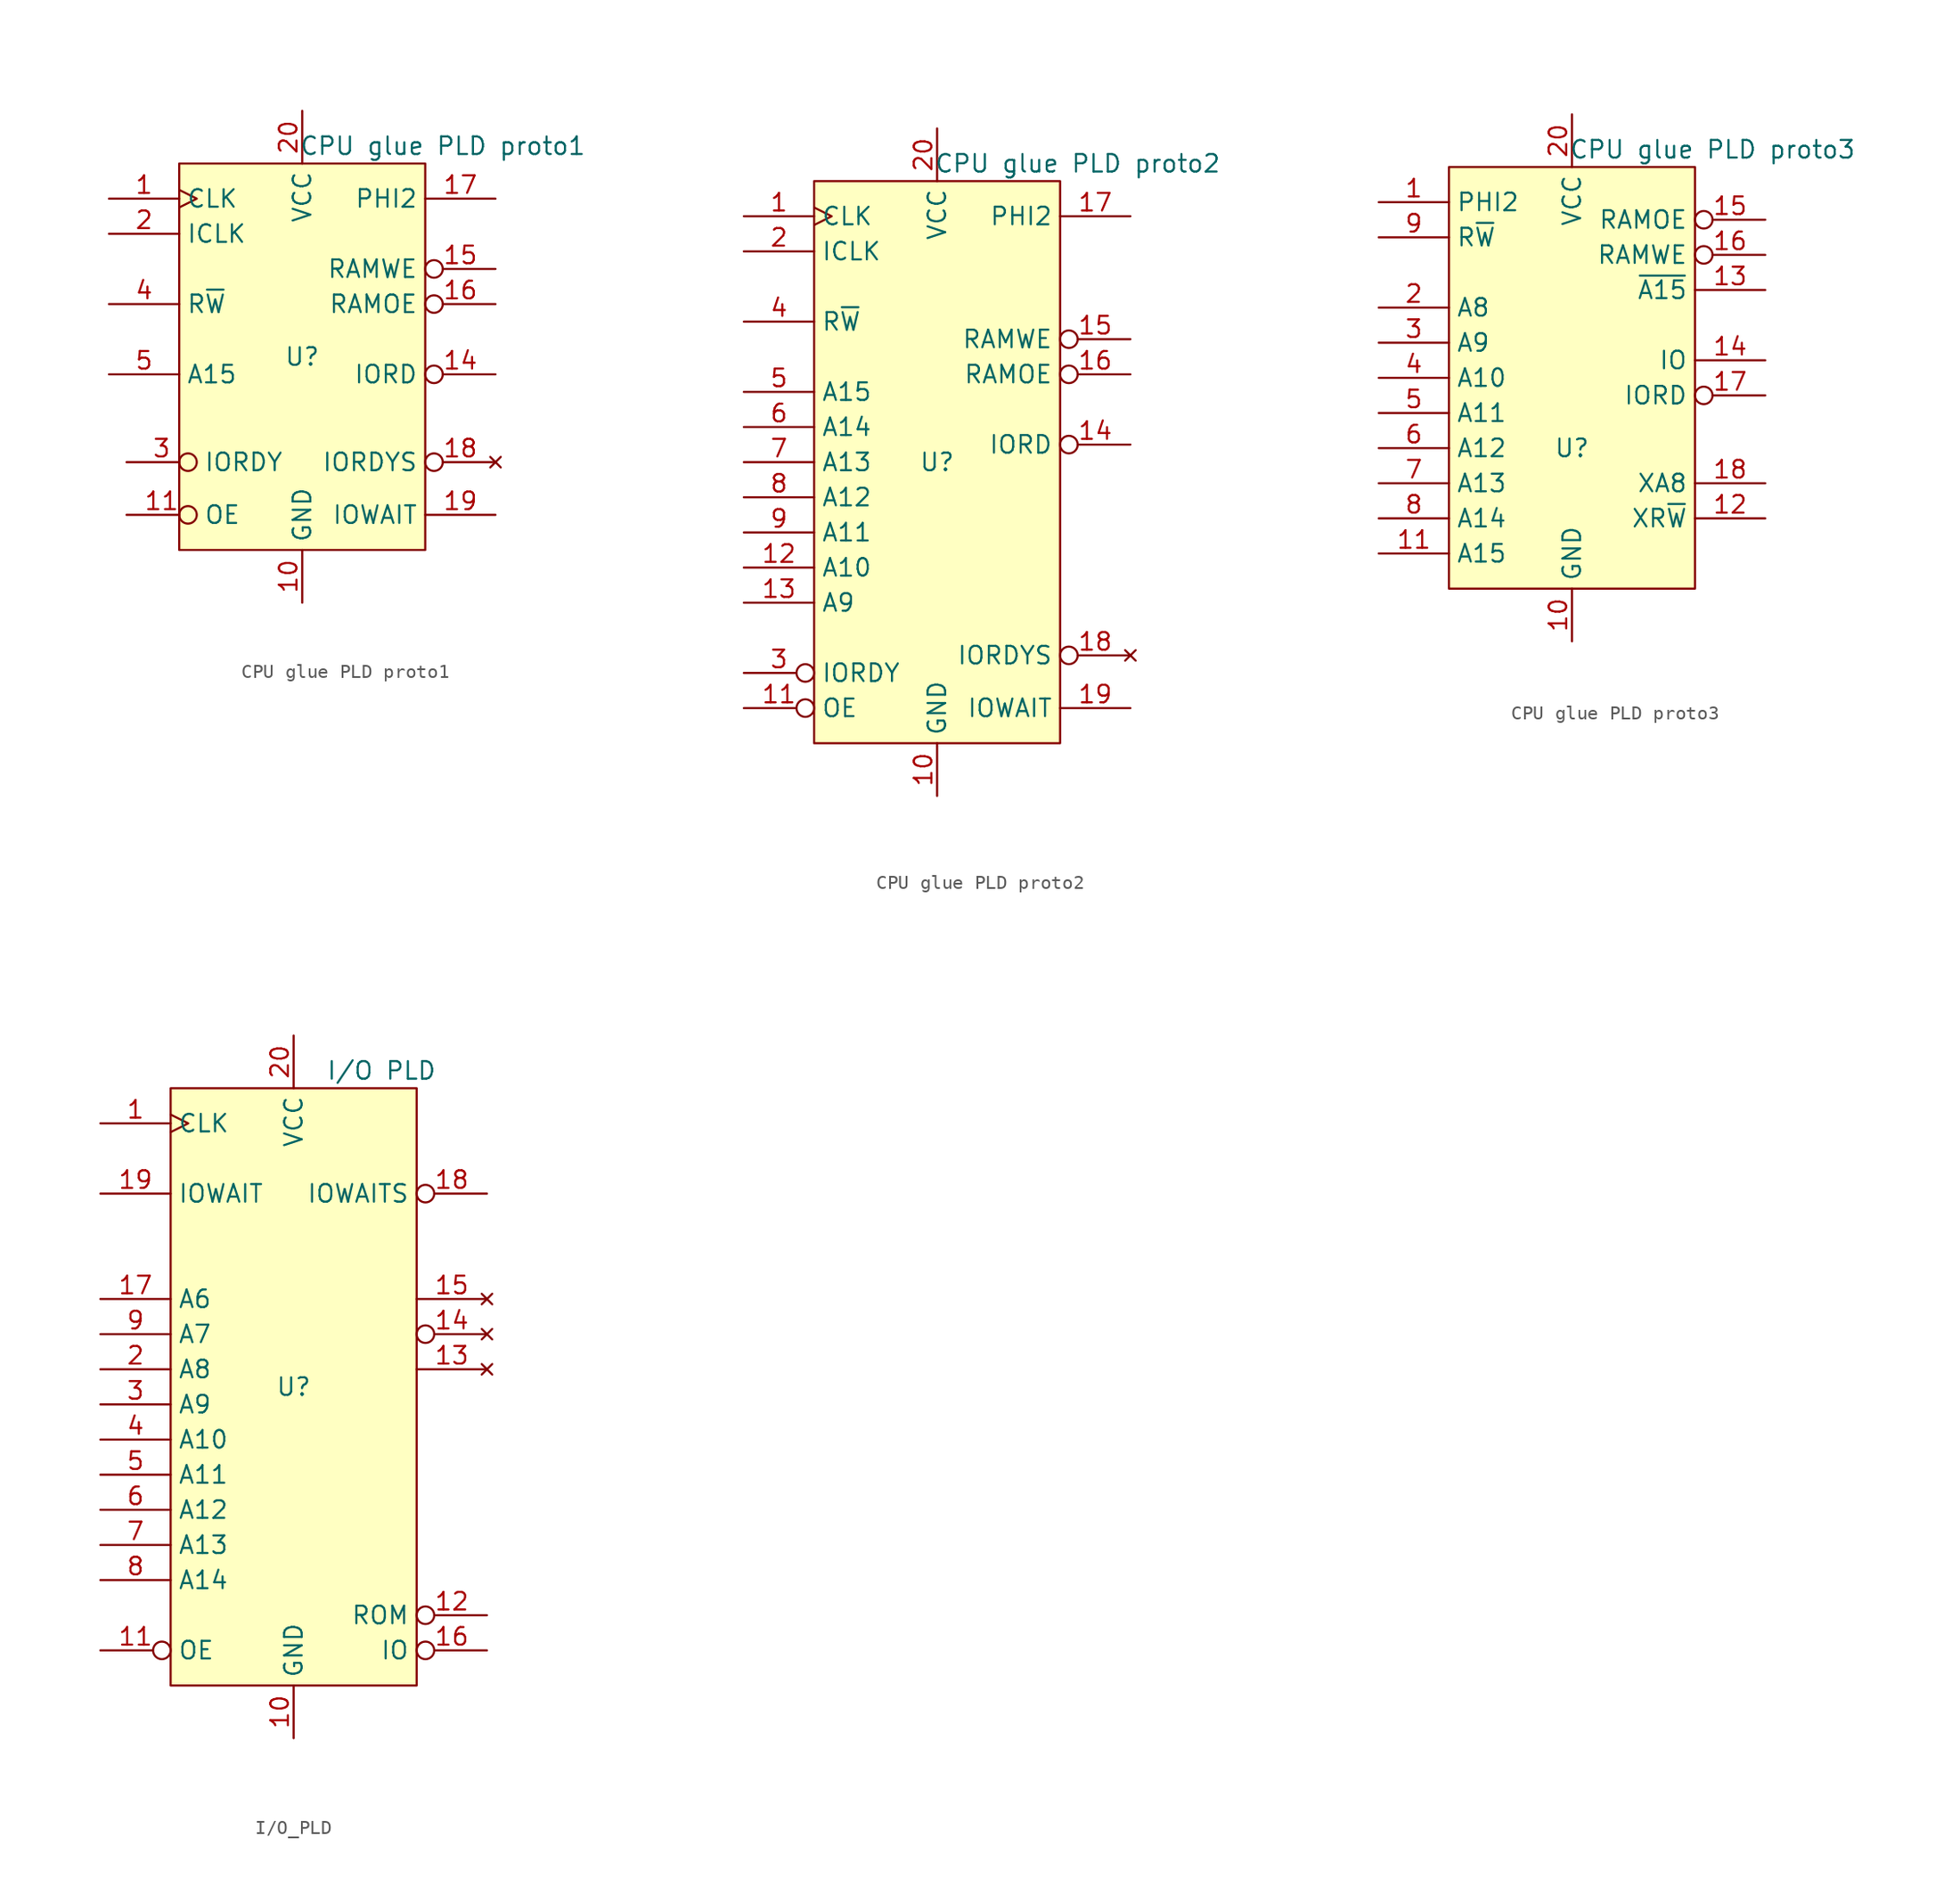
<source format=kicad_sym>
(kicad_symbol_lib
  (version 20220914)
  (generator kicad_symbol_editor)
  (symbol "CPU glue PLD proto1"
    (property "Reference" "U"
      (at 0 0 0)
      (effects (font (size 1.27 1.27))))
    (property "Value" "CPU glue PLD proto1"
      (at 10.16 15.24 0)
      (effects (font (size 1.27 1.27))))
    (symbol "CPU glue PLD proto1_0_1"
      (rectangle (start -8.89 13.97) (end 8.89 -13.97) (stroke (width 0) (type default)) (fill (type background))))
    (symbol "CPU glue PLD proto1_1_1"
      (pin input clock (at -13.97 11.43 0) (length 5.08) (name "CLK" (effects (font (size 1.27 1.27)))) (number "1" (effects (font (size 1.27 1.27)))))
      (pin power_in line (at 0 -17.78 90) (length 3.81) (name "GND" (effects (font (size 1.27 1.27)))) (number "10" (effects (font (size 1.27 1.27)))))
      (pin input inverted (at -12.7 -11.43 0) (length 5.08) (name "OE" (effects (font (size 1.27 1.27)))) (number "11" (effects (font (size 1.27 1.27)))))
      (pin output inverted (at 13.97 -1.27 180) (length 5.08) (name "IORD" (effects (font (size 1.27 1.27)))) (number "14" (effects (font (size 1.27 1.27)))))
      (pin output inverted (at 13.97 6.35 180) (length 5.08) (name "RAMWE" (effects (font (size 1.27 1.27)))) (number "15" (effects (font (size 1.27 1.27)))))
      (pin output inverted (at 13.97 3.81 180) (length 5.08) (name "RAMOE" (effects (font (size 1.27 1.27)))) (number "16" (effects (font (size 1.27 1.27)))))
      (pin output line (at 13.97 11.43 180) (length 5.08) (name "PHI2" (effects (font (size 1.27 1.27)))) (number "17" (effects (font (size 1.27 1.27)))))
      (pin no_connect inverted (at 13.97 -7.62 180) (length 5.08) (name "IORDYS" (effects (font (size 1.27 1.27)))) (number "18" (effects (font (size 1.27 1.27)))))
      (pin output line (at 13.97 -11.43 180) (length 5.08) (name "IOWAIT" (effects (font (size 1.27 1.27)))) (number "19" (effects (font (size 1.27 1.27)))))
      (pin input line (at -13.97 8.89 0) (length 5.08) (name "ICLK" (effects (font (size 1.27 1.27)))) (number "2" (effects (font (size 1.27 1.27)))))
      (pin power_in line (at 0 17.78 270) (length 3.81) (name "VCC" (effects (font (size 1.27 1.27)))) (number "20" (effects (font (size 1.27 1.27)))))
      (pin input inverted (at -12.7 -7.62 0) (length 5.08) (name "IORDY" (effects (font (size 1.27 1.27)))) (number "3" (effects (font (size 1.27 1.27)))))
      (pin input line (at -13.97 3.81 0) (length 5.08) (name "R~{W}" (effects (font (size 1.27 1.27)))) (number "4" (effects (font (size 1.27 1.27)))))
      (pin input line (at -13.97 -1.27 0) (length 5.08) (name "A15" (effects (font (size 1.27 1.27)))) (number "5" (effects (font (size 1.27 1.27)))))))
  (symbol "CPU glue PLD proto2"
    (property "Reference" "U"
      (at 0 0 0)
      (effects (font (size 1.27 1.27))))
    (property "Value" "CPU glue PLD proto2"
      (at 10.16 21.59 0)
      (effects (font (size 1.27 1.27))))
    (symbol "CPU glue PLD proto2_0_1"
      (rectangle (start -8.89 20.32) (end 8.89 -20.32) (stroke (width 0) (type default)) (fill (type background))))
    (symbol "CPU glue PLD proto2_1_1"
      (pin input clock (at -13.97 17.78 0) (length 5.08) (name "CLK" (effects (font (size 1.27 1.27)))) (number "1" (effects (font (size 1.27 1.27)))))
      (pin power_in line (at 0 -24.13 90) (length 3.81) (name "GND" (effects (font (size 1.27 1.27)))) (number "10" (effects (font (size 1.27 1.27)))))
      (pin input inverted (at -13.97 -17.78 0) (length 5.08) (name "OE" (effects (font (size 1.27 1.27)))) (number "11" (effects (font (size 1.27 1.27)))))
      (pin input line (at -13.97 -7.62 0) (length 5.08) (name "A10" (effects (font (size 1.27 1.27)))) (number "12" (effects (font (size 1.27 1.27)))))
      (pin input line (at -13.97 -10.16 0) (length 5.08) (name "A9" (effects (font (size 1.27 1.27)))) (number "13" (effects (font (size 1.27 1.27)))))
      (pin output inverted (at 13.97 1.27 180) (length 5.08) (name "IORD" (effects (font (size 1.27 1.27)))) (number "14" (effects (font (size 1.27 1.27)))))
      (pin output inverted (at 13.97 8.89 180) (length 5.08) (name "RAMWE" (effects (font (size 1.27 1.27)))) (number "15" (effects (font (size 1.27 1.27)))))
      (pin output inverted (at 13.97 6.35 180) (length 5.08) (name "RAMOE" (effects (font (size 1.27 1.27)))) (number "16" (effects (font (size 1.27 1.27)))))
      (pin output line (at 13.97 17.78 180) (length 5.08) (name "PHI2" (effects (font (size 1.27 1.27)))) (number "17" (effects (font (size 1.27 1.27)))))
      (pin no_connect inverted (at 13.97 -13.97 180) (length 5.08) (name "IORDYS" (effects (font (size 1.27 1.27)))) (number "18" (effects (font (size 1.27 1.27)))))
      (pin output line (at 13.97 -17.78 180) (length 5.08) (name "IOWAIT" (effects (font (size 1.27 1.27)))) (number "19" (effects (font (size 1.27 1.27)))))
      (pin input line (at -13.97 15.24 0) (length 5.08) (name "ICLK" (effects (font (size 1.27 1.27)))) (number "2" (effects (font (size 1.27 1.27)))))
      (pin power_in line (at 0 24.13 270) (length 3.81) (name "VCC" (effects (font (size 1.27 1.27)))) (number "20" (effects (font (size 1.27 1.27)))))
      (pin input inverted (at -13.97 -15.24 0) (length 5.08) (name "IORDY" (effects (font (size 1.27 1.27)))) (number "3" (effects (font (size 1.27 1.27)))))
      (pin input line (at -13.97 10.16 0) (length 5.08) (name "R~{W}" (effects (font (size 1.27 1.27)))) (number "4" (effects (font (size 1.27 1.27)))))
      (pin input line (at -13.97 5.08 0) (length 5.08) (name "A15" (effects (font (size 1.27 1.27)))) (number "5" (effects (font (size 1.27 1.27)))))
      (pin input line (at -13.97 2.54 0) (length 5.08) (name "A14" (effects (font (size 1.27 1.27)))) (number "6" (effects (font (size 1.27 1.27)))))
      (pin input line (at -13.97 0 0) (length 5.08) (name "A13" (effects (font (size 1.27 1.27)))) (number "7" (effects (font (size 1.27 1.27)))))
      (pin input line (at -13.97 -2.54 0) (length 5.08) (name "A12" (effects (font (size 1.27 1.27)))) (number "8" (effects (font (size 1.27 1.27)))))
      (pin input line (at -13.97 -5.08 0) (length 5.08) (name "A11" (effects (font (size 1.27 1.27)))) (number "9" (effects (font (size 1.27 1.27)))))))
  (symbol "CPU glue PLD proto3"
    (property "Reference" "U"
      (at 0 -5.08 0)
      (effects (font (size 1.27 1.27))))
    (property "Value" "CPU glue PLD proto3"
      (at 10.16 16.51 0)
      (effects (font (size 1.27 1.27))))
    (symbol "CPU glue PLD proto3_0_1"
      (rectangle (start -8.89 15.24) (end 8.89 -15.24) (stroke (width 0) (type default)) (fill (type background))))
    (symbol "CPU glue PLD proto3_1_1"
      (pin input line (at -13.97 12.7 0) (length 5.08) (name "PHI2" (effects (font (size 1.27 1.27)))) (number "1" (effects (font (size 1.27 1.27)))))
      (pin power_in line (at 0 -19.05 90) (length 3.81) (name "GND" (effects (font (size 1.27 1.27)))) (number "10" (effects (font (size 1.27 1.27)))))
      (pin input line (at -13.97 -12.7 0) (length 5.08) (name "A15" (effects (font (size 1.27 1.27)))) (number "11" (effects (font (size 1.27 1.27)))))
      (pin output line (at 13.97 -10.16 180) (length 5.08) (name "XR~{W}" (effects (font (size 1.27 1.27)))) (number "12" (effects (font (size 1.27 1.27)))))
      (pin output line (at 13.97 6.35 180) (length 5.08) (name "~{A15}" (effects (font (size 1.27 1.27)))) (number "13" (effects (font (size 1.27 1.27)))))
      (pin output line (at 13.97 1.27 180) (length 5.08) (name "IO" (effects (font (size 1.27 1.27)))) (number "14" (effects (font (size 1.27 1.27)))))
      (pin output inverted (at 13.97 11.43 180) (length 5.08) (name "RAMOE" (effects (font (size 1.27 1.27)))) (number "15" (effects (font (size 1.27 1.27)))))
      (pin output inverted (at 13.97 8.89 180) (length 5.08) (name "RAMWE" (effects (font (size 1.27 1.27)))) (number "16" (effects (font (size 1.27 1.27)))))
      (pin output inverted (at 13.97 -1.27 180) (length 5.08) (name "IORD" (effects (font (size 1.27 1.27)))) (number "17" (effects (font (size 1.27 1.27)))))
      (pin output line (at 13.97 -7.62 180) (length 5.08) (name "XA8" (effects (font (size 1.27 1.27)))) (number "18" (effects (font (size 1.27 1.27)))))
      (pin input line (at -13.97 5.08 0) (length 5.08) (name "A8" (effects (font (size 1.27 1.27)))) (number "2" (effects (font (size 1.27 1.27)))))
      (pin power_in line (at 0 19.05 270) (length 3.81) (name "VCC" (effects (font (size 1.27 1.27)))) (number "20" (effects (font (size 1.27 1.27)))))
      (pin input line (at -13.97 2.54 0) (length 5.08) (name "A9" (effects (font (size 1.27 1.27)))) (number "3" (effects (font (size 1.27 1.27)))))
      (pin input line (at -13.97 0 0) (length 5.08) (name "A10" (effects (font (size 1.27 1.27)))) (number "4" (effects (font (size 1.27 1.27)))))
      (pin input line (at -13.97 -2.54 0) (length 5.08) (name "A11" (effects (font (size 1.27 1.27)))) (number "5" (effects (font (size 1.27 1.27)))))
      (pin input line (at -13.97 -5.08 0) (length 5.08) (name "A12" (effects (font (size 1.27 1.27)))) (number "6" (effects (font (size 1.27 1.27)))))
      (pin input line (at -13.97 -7.62 0) (length 5.08) (name "A13" (effects (font (size 1.27 1.27)))) (number "7" (effects (font (size 1.27 1.27)))))
      (pin input line (at -13.97 -10.16 0) (length 5.08) (name "A14" (effects (font (size 1.27 1.27)))) (number "8" (effects (font (size 1.27 1.27)))))
      (pin input line (at -13.97 10.16 0) (length 5.08) (name "R~{W}" (effects (font (size 1.27 1.27)))) (number "9" (effects (font (size 1.27 1.27)))))))
  (symbol "I/O_PLD"
    (property "Reference" "U"
      (at 0 0 0)
      (effects (font (size 1.27 1.27))))
    (property "Value" "I/O PLD"
      (at 6.35 22.86 0)
      (effects (font (size 1.27 1.27))))
    (symbol "I/O_PLD_0_1"
      (rectangle (start -8.89 21.59) (end 8.89 -21.59) (stroke (width 0) (type default)) (fill (type background))))
    (symbol "I/O_PLD_1_1"
      (pin input clock (at -13.97 19.05 0) (length 5.08) (name "CLK" (effects (font (size 1.27 1.27)))) (number "1" (effects (font (size 1.27 1.27)))))
      (pin power_in line (at 0 -25.4 90) (length 3.81) (name "GND" (effects (font (size 1.27 1.27)))) (number "10" (effects (font (size 1.27 1.27)))))
      (pin input inverted (at -13.97 -19.05 0) (length 5.08) (name "OE" (effects (font (size 1.27 1.27)))) (number "11" (effects (font (size 1.27 1.27)))))
      (pin output inverted (at 13.97 -16.51 180) (length 5.08) (name "ROM" (effects (font (size 1.27 1.27)))) (number "12" (effects (font (size 1.27 1.27)))))
      (pin no_connect line (at 13.97 1.27 180) (length 5.08) (name "" (effects (font (size 1.27 1.27)))) (number "13" (effects (font (size 1.27 1.27)))))
      (pin no_connect inverted (at 13.97 3.81 180) (length 5.08) (name "" (effects (font (size 1.27 1.27)))) (number "14" (effects (font (size 1.27 1.27)))))
      (pin no_connect line (at 13.97 6.35 180) (length 5.08) (name "" (effects (font (size 1.27 1.27)))) (number "15" (effects (font (size 1.27 1.27)))))
      (pin output inverted (at 13.97 -19.05 180) (length 5.08) (name "IO" (effects (font (size 1.27 1.27)))) (number "16" (effects (font (size 1.27 1.27)))))
      (pin input line (at -13.97 6.35 0) (length 5.08) (name "A6" (effects (font (size 1.27 1.27)))) (number "17" (effects (font (size 1.27 1.27)))))
      (pin output inverted (at 13.97 13.97 180) (length 5.08) (name "IOWAITS" (effects (font (size 1.27 1.27)))) (number "18" (effects (font (size 1.27 1.27)))))
      (pin input line (at -13.97 13.97 0) (length 5.08) (name "IOWAIT" (effects (font (size 1.27 1.27)))) (number "19" (effects (font (size 1.27 1.27)))))
      (pin input line (at -13.97 1.27 0) (length 5.08) (name "A8" (effects (font (size 1.27 1.27)))) (number "2" (effects (font (size 1.27 1.27)))))
      (pin power_in line (at 0 25.4 270) (length 3.81) (name "VCC" (effects (font (size 1.27 1.27)))) (number "20" (effects (font (size 1.27 1.27)))))
      (pin input line (at -13.97 -1.27 0) (length 5.08) (name "A9" (effects (font (size 1.27 1.27)))) (number "3" (effects (font (size 1.27 1.27)))))
      (pin input line (at -13.97 -3.81 0) (length 5.08) (name "A10" (effects (font (size 1.27 1.27)))) (number "4" (effects (font (size 1.27 1.27)))))
      (pin input line (at -13.97 -6.35 0) (length 5.08) (name "A11" (effects (font (size 1.27 1.27)))) (number "5" (effects (font (size 1.27 1.27)))))
      (pin input line (at -13.97 -8.89 0) (length 5.08) (name "A12" (effects (font (size 1.27 1.27)))) (number "6" (effects (font (size 1.27 1.27)))))
      (pin input line (at -13.97 -11.43 0) (length 5.08) (name "A13" (effects (font (size 1.27 1.27)))) (number "7" (effects (font (size 1.27 1.27)))))
      (pin input line (at -13.97 -13.97 0) (length 5.08) (name "A14" (effects (font (size 1.27 1.27)))) (number "8" (effects (font (size 1.27 1.27)))))
      (pin input line (at -13.97 3.81 0) (length 5.08) (name "A7" (effects (font (size 1.27 1.27)))) (number "9" (effects (font (size 1.27 1.27))))))))
</source>
